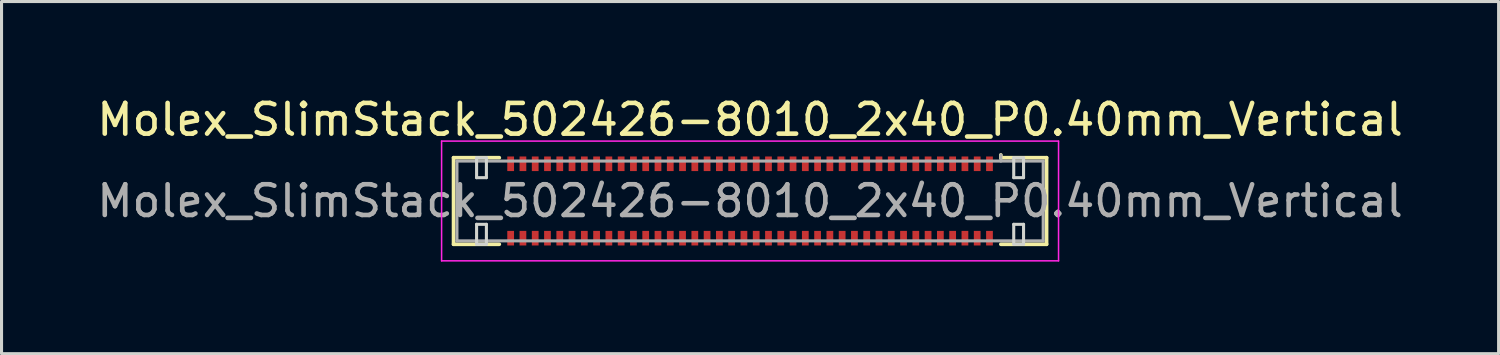
<source format=kicad_pcb>
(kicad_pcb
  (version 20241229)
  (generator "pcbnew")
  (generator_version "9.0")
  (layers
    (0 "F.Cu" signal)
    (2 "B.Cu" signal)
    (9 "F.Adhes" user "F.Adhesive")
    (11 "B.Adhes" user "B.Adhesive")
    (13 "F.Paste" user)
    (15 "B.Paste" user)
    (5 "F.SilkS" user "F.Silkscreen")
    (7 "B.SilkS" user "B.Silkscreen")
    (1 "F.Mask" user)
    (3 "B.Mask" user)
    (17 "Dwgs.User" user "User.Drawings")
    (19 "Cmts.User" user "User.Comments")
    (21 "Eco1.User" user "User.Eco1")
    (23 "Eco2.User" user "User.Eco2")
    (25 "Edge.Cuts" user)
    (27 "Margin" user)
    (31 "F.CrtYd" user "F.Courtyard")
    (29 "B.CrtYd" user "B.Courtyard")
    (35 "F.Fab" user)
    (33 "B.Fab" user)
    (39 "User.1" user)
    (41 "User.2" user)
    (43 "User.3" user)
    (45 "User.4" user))
  (footprint "Molex_SlimStack_502426-8010_2x40_P0.40mm_Vertical"
    (layer "F.Cu")
    (at 21.387 3.498)
    (property "Reference" "Molex_SlimStack_502426-8010_2x40_P0.40mm_Vertical" (at 0 -2.65 0) (layer "F.SilkS") (effects (font (size 1 1) (thickness 0.15))))
    (attr smd)
    (fp_line (start -9.66 -1.41) (end -8.17 -1.41) (stroke (width 0.12) (type solid)) (layer "F.SilkS"))
    (fp_line (start -9.66 1.41) (end -9.66 -1.41) (stroke (width 0.12) (type solid)) (layer "F.SilkS"))
    (fp_line (start -8.17 1.41) (end -9.66 1.41) (stroke (width 0.12) (type solid)) (layer "F.SilkS"))
    (fp_line (start 8.17 -1.41) (end 8.17 -1.5) (stroke (width 0.12) (type solid)) (layer "F.SilkS"))
    (fp_line (start 8.17 1.41) (end 9.66 1.41) (stroke (width 0.12) (type solid)) (layer "F.SilkS"))
    (fp_line (start 9.66 -1.41) (end 8.17 -1.41) (stroke (width 0.12) (type solid)) (layer "F.SilkS"))
    (fp_line (start 9.66 1.41) (end 9.66 -1.41) (stroke (width 0.12) (type solid)) (layer "F.SilkS"))
    (fp_line (start -8.91 -1.41) (end -8.91 -0.76) (stroke (width 0.1) (type solid)) (layer "Edge.Cuts"))
    (fp_line (start -8.91 -0.76) (end -8.59 -0.76) (stroke (width 0.1) (type solid)) (layer "Edge.Cuts"))
    (fp_line (start -8.91 0.76) (end -8.91 1.41) (stroke (width 0.1) (type solid)) (layer "Edge.Cuts"))
    (fp_line (start -8.91 1.41) (end -8.59 1.41) (stroke (width 0.1) (type solid)) (layer "Edge.Cuts"))
    (fp_line (start -8.59 -1.41) (end -8.91 -1.41) (stroke (width 0.1) (type solid)) (layer "Edge.Cuts"))
    (fp_line (start -8.59 -0.76) (end -8.59 -1.41) (stroke (width 0.1) (type solid)) (layer "Edge.Cuts"))
    (fp_line (start -8.59 0.76) (end -8.91 0.76) (stroke (width 0.1) (type solid)) (layer "Edge.Cuts"))
    (fp_line (start -8.59 1.41) (end -8.59 0.76) (stroke (width 0.1) (type solid)) (layer "Edge.Cuts"))
    (fp_line (start 8.59 -1.41) (end 8.59 -0.76) (stroke (width 0.1) (type solid)) (layer "Edge.Cuts"))
    (fp_line (start 8.59 -0.76) (end 8.91 -0.76) (stroke (width 0.1) (type solid)) (layer "Edge.Cuts"))
    (fp_line (start 8.59 0.76) (end 8.59 1.41) (stroke (width 0.1) (type solid)) (layer "Edge.Cuts"))
    (fp_line (start 8.59 1.41) (end 8.91 1.41) (stroke (width 0.1) (type solid)) (layer "Edge.Cuts"))
    (fp_line (start 8.91 -1.41) (end 8.59 -1.41) (stroke (width 0.1) (type solid)) (layer "Edge.Cuts"))
    (fp_line (start 8.91 -0.76) (end 8.91 -1.41) (stroke (width 0.1) (type solid)) (layer "Edge.Cuts"))
    (fp_line (start 8.91 0.76) (end 8.59 0.76) (stroke (width 0.1) (type solid)) (layer "Edge.Cuts"))
    (fp_line (start 8.91 1.41) (end 8.91 0.76) (stroke (width 0.1) (type solid)) (layer "Edge.Cuts"))
    (fp_line (start -10.05 -1.95) (end -10.05 1.95) (stroke (width 0.05) (type solid)) (layer "F.CrtYd"))
    (fp_line (start -10.05 1.95) (end 10.05 1.95) (stroke (width 0.05) (type solid)) (layer "F.CrtYd"))
    (fp_line (start 10.05 -1.95) (end -10.05 -1.95) (stroke (width 0.05) (type solid)) (layer "F.CrtYd"))
    (fp_line (start 10.05 1.95) (end 10.05 -1.95) (stroke (width 0.05) (type solid)) (layer "F.CrtYd"))
    (fp_line (start -9.55 -1.3) (end -9.55 1.3) (stroke (width 0.1) (type solid)) (layer "F.Fab"))
    (fp_line (start -9.55 1.3) (end 9.55 1.3) (stroke (width 0.1) (type solid)) (layer "F.Fab"))
    (fp_line (start 8.17 -1.3) (end 8.17 -1.5) (stroke (width 0.1) (type solid)) (layer "F.Fab"))
    (fp_line (start 9.55 -1.3) (end -9.55 -1.3) (stroke (width 0.1) (type solid)) (layer "F.Fab"))
    (fp_line (start 9.55 1.3) (end 9.55 -1.3) (stroke (width 0.1) (type solid)) (layer "F.Fab"))
    (fp_text user "${REFERENCE}" (at 0 0 0) (layer "F.Fab") (effects (font (size 1 1) (thickness 0.15))))
    (pad "1" smd rect (at 7.8 -1.212) (size 0.22 0.475) (layers "F.Cu" "F.Mask" "F.Paste"))
    (pad "2" smd rect (at 7.8 1.212) (size 0.22 0.475) (layers "F.Cu" "F.Mask" "F.Paste"))
    (pad "3" smd rect (at 7.4 -1.212) (size 0.22 0.475) (layers "F.Cu" "F.Mask" "F.Paste"))
    (pad "4" smd rect (at 7.4 1.212) (size 0.22 0.475) (layers "F.Cu" "F.Mask" "F.Paste"))
    (pad "5" smd rect (at 7 -1.212) (size 0.22 0.475) (layers "F.Cu" "F.Mask" "F.Paste"))
    (pad "6" smd rect (at 7 1.212) (size 0.22 0.475) (layers "F.Cu" "F.Mask" "F.Paste"))
    (pad "7" smd rect (at 6.6 -1.212) (size 0.22 0.475) (layers "F.Cu" "F.Mask" "F.Paste"))
    (pad "8" smd rect (at 6.6 1.212) (size 0.22 0.475) (layers "F.Cu" "F.Mask" "F.Paste"))
    (pad "9" smd rect (at 6.2 -1.212) (size 0.22 0.475) (layers "F.Cu" "F.Mask" "F.Paste"))
    (pad "10" smd rect (at 6.2 1.212) (size 0.22 0.475) (layers "F.Cu" "F.Mask" "F.Paste"))
    (pad "11" smd rect (at 5.8 -1.212) (size 0.22 0.475) (layers "F.Cu" "F.Mask" "F.Paste"))
    (pad "12" smd rect (at 5.8 1.212) (size 0.22 0.475) (layers "F.Cu" "F.Mask" "F.Paste"))
    (pad "13" smd rect (at 5.4 -1.212) (size 0.22 0.475) (layers "F.Cu" "F.Mask" "F.Paste"))
    (pad "14" smd rect (at 5.4 1.212) (size 0.22 0.475) (layers "F.Cu" "F.Mask" "F.Paste"))
    (pad "15" smd rect (at 5 -1.212) (size 0.22 0.475) (layers "F.Cu" "F.Mask" "F.Paste"))
    (pad "16" smd rect (at 5 1.212) (size 0.22 0.475) (layers "F.Cu" "F.Mask" "F.Paste"))
    (pad "17" smd rect (at 4.6 -1.212) (size 0.22 0.475) (layers "F.Cu" "F.Mask" "F.Paste"))
    (pad "18" smd rect (at 4.6 1.212) (size 0.22 0.475) (layers "F.Cu" "F.Mask" "F.Paste"))
    (pad "19" smd rect (at 4.2 -1.212) (size 0.22 0.475) (layers "F.Cu" "F.Mask" "F.Paste"))
    (pad "20" smd rect (at 4.2 1.212) (size 0.22 0.475) (layers "F.Cu" "F.Mask" "F.Paste"))
    (pad "21" smd rect (at 3.8 -1.212) (size 0.22 0.475) (layers "F.Cu" "F.Mask" "F.Paste"))
    (pad "22" smd rect (at 3.8 1.212) (size 0.22 0.475) (layers "F.Cu" "F.Mask" "F.Paste"))
    (pad "23" smd rect (at 3.4 -1.212) (size 0.22 0.475) (layers "F.Cu" "F.Mask" "F.Paste"))
    (pad "24" smd rect (at 3.4 1.212) (size 0.22 0.475) (layers "F.Cu" "F.Mask" "F.Paste"))
    (pad "25" smd rect (at 3 -1.212) (size 0.22 0.475) (layers "F.Cu" "F.Mask" "F.Paste"))
    (pad "26" smd rect (at 3 1.212) (size 0.22 0.475) (layers "F.Cu" "F.Mask" "F.Paste"))
    (pad "27" smd rect (at 2.6 -1.212) (size 0.22 0.475) (layers "F.Cu" "F.Mask" "F.Paste"))
    (pad "28" smd rect (at 2.6 1.212) (size 0.22 0.475) (layers "F.Cu" "F.Mask" "F.Paste"))
    (pad "29" smd rect (at 2.2 -1.212) (size 0.22 0.475) (layers "F.Cu" "F.Mask" "F.Paste"))
    (pad "30" smd rect (at 2.2 1.212) (size 0.22 0.475) (layers "F.Cu" "F.Mask" "F.Paste"))
    (pad "31" smd rect (at 1.8 -1.212) (size 0.22 0.475) (layers "F.Cu" "F.Mask" "F.Paste"))
    (pad "32" smd rect (at 1.8 1.212) (size 0.22 0.475) (layers "F.Cu" "F.Mask" "F.Paste"))
    (pad "33" smd rect (at 1.4 -1.212) (size 0.22 0.475) (layers "F.Cu" "F.Mask" "F.Paste"))
    (pad "34" smd rect (at 1.4 1.212) (size 0.22 0.475) (layers "F.Cu" "F.Mask" "F.Paste"))
    (pad "35" smd rect (at 1 -1.212) (size 0.22 0.475) (layers "F.Cu" "F.Mask" "F.Paste"))
    (pad "36" smd rect (at 1 1.212) (size 0.22 0.475) (layers "F.Cu" "F.Mask" "F.Paste"))
    (pad "37" smd rect (at 0.6 -1.212) (size 0.22 0.475) (layers "F.Cu" "F.Mask" "F.Paste"))
    (pad "38" smd rect (at 0.6 1.212) (size 0.22 0.475) (layers "F.Cu" "F.Mask" "F.Paste"))
    (pad "39" smd rect (at 0.2 -1.212) (size 0.22 0.475) (layers "F.Cu" "F.Mask" "F.Paste"))
    (pad "40" smd rect (at 0.2 1.212) (size 0.22 0.475) (layers "F.Cu" "F.Mask" "F.Paste"))
    (pad "41" smd rect (at -0.2 -1.212) (size 0.22 0.475) (layers "F.Cu" "F.Mask" "F.Paste"))
    (pad "42" smd rect (at -0.2 1.212) (size 0.22 0.475) (layers "F.Cu" "F.Mask" "F.Paste"))
    (pad "43" smd rect (at -0.6 -1.212) (size 0.22 0.475) (layers "F.Cu" "F.Mask" "F.Paste"))
    (pad "44" smd rect (at -0.6 1.212) (size 0.22 0.475) (layers "F.Cu" "F.Mask" "F.Paste"))
    (pad "45" smd rect (at -1 -1.212) (size 0.22 0.475) (layers "F.Cu" "F.Mask" "F.Paste"))
    (pad "46" smd rect (at -1 1.212) (size 0.22 0.475) (layers "F.Cu" "F.Mask" "F.Paste"))
    (pad "47" smd rect (at -1.4 -1.212) (size 0.22 0.475) (layers "F.Cu" "F.Mask" "F.Paste"))
    (pad "48" smd rect (at -1.4 1.212) (size 0.22 0.475) (layers "F.Cu" "F.Mask" "F.Paste"))
    (pad "49" smd rect (at -1.8 -1.212) (size 0.22 0.475) (layers "F.Cu" "F.Mask" "F.Paste"))
    (pad "50" smd rect (at -1.8 1.212) (size 0.22 0.475) (layers "F.Cu" "F.Mask" "F.Paste"))
    (pad "51" smd rect (at -2.2 -1.212) (size 0.22 0.475) (layers "F.Cu" "F.Mask" "F.Paste"))
    (pad "52" smd rect (at -2.2 1.212) (size 0.22 0.475) (layers "F.Cu" "F.Mask" "F.Paste"))
    (pad "53" smd rect (at -2.6 -1.212) (size 0.22 0.475) (layers "F.Cu" "F.Mask" "F.Paste"))
    (pad "54" smd rect (at -2.6 1.212) (size 0.22 0.475) (layers "F.Cu" "F.Mask" "F.Paste"))
    (pad "55" smd rect (at -3 -1.212) (size 0.22 0.475) (layers "F.Cu" "F.Mask" "F.Paste"))
    (pad "56" smd rect (at -3 1.212) (size 0.22 0.475) (layers "F.Cu" "F.Mask" "F.Paste"))
    (pad "57" smd rect (at -3.4 -1.212) (size 0.22 0.475) (layers "F.Cu" "F.Mask" "F.Paste"))
    (pad "58" smd rect (at -3.4 1.212) (size 0.22 0.475) (layers "F.Cu" "F.Mask" "F.Paste"))
    (pad "59" smd rect (at -3.8 -1.212) (size 0.22 0.475) (layers "F.Cu" "F.Mask" "F.Paste"))
    (pad "60" smd rect (at -3.8 1.212) (size 0.22 0.475) (layers "F.Cu" "F.Mask" "F.Paste"))
    (pad "61" smd rect (at -4.2 -1.212) (size 0.22 0.475) (layers "F.Cu" "F.Mask" "F.Paste"))
    (pad "62" smd rect (at -4.2 1.212) (size 0.22 0.475) (layers "F.Cu" "F.Mask" "F.Paste"))
    (pad "63" smd rect (at -4.6 -1.212) (size 0.22 0.475) (layers "F.Cu" "F.Mask" "F.Paste"))
    (pad "64" smd rect (at -4.6 1.212) (size 0.22 0.475) (layers "F.Cu" "F.Mask" "F.Paste"))
    (pad "65" smd rect (at -5 -1.212) (size 0.22 0.475) (layers "F.Cu" "F.Mask" "F.Paste"))
    (pad "66" smd rect (at -5 1.212) (size 0.22 0.475) (layers "F.Cu" "F.Mask" "F.Paste"))
    (pad "67" smd rect (at -5.4 -1.212) (size 0.22 0.475) (layers "F.Cu" "F.Mask" "F.Paste"))
    (pad "68" smd rect (at -5.4 1.212) (size 0.22 0.475) (layers "F.Cu" "F.Mask" "F.Paste"))
    (pad "69" smd rect (at -5.8 -1.212) (size 0.22 0.475) (layers "F.Cu" "F.Mask" "F.Paste"))
    (pad "70" smd rect (at -5.8 1.212) (size 0.22 0.475) (layers "F.Cu" "F.Mask" "F.Paste"))
    (pad "71" smd rect (at -6.2 -1.212) (size 0.22 0.475) (layers "F.Cu" "F.Mask" "F.Paste"))
    (pad "72" smd rect (at -6.2 1.212) (size 0.22 0.475) (layers "F.Cu" "F.Mask" "F.Paste"))
    (pad "73" smd rect (at -6.6 -1.212) (size 0.22 0.475) (layers "F.Cu" "F.Mask" "F.Paste"))
    (pad "74" smd rect (at -6.6 1.212) (size 0.22 0.475) (layers "F.Cu" "F.Mask" "F.Paste"))
    (pad "75" smd rect (at -7 -1.212) (size 0.22 0.475) (layers "F.Cu" "F.Mask" "F.Paste"))
    (pad "76" smd rect (at -7 1.212) (size 0.22 0.475) (layers "F.Cu" "F.Mask" "F.Paste"))
    (pad "77" smd rect (at -7.4 -1.212) (size 0.22 0.475) (layers "F.Cu" "F.Mask" "F.Paste"))
    (pad "78" smd rect (at -7.4 1.212) (size 0.22 0.475) (layers "F.Cu" "F.Mask" "F.Paste"))
    (pad "79" smd rect (at -7.8 -1.212) (size 0.22 0.475) (layers "F.Cu" "F.Mask" "F.Paste"))
    (pad "80" smd rect (at -7.8 1.212) (size 0.22 0.475) (layers "F.Cu" "F.Mask" "F.Paste")))
  (gr_rect
    (start -3 -3)
    (end 45.774 8.473)
    (stroke (width 0.1) (type default))
    (fill no)
    (layer "Edge.Cuts")))
</source>
